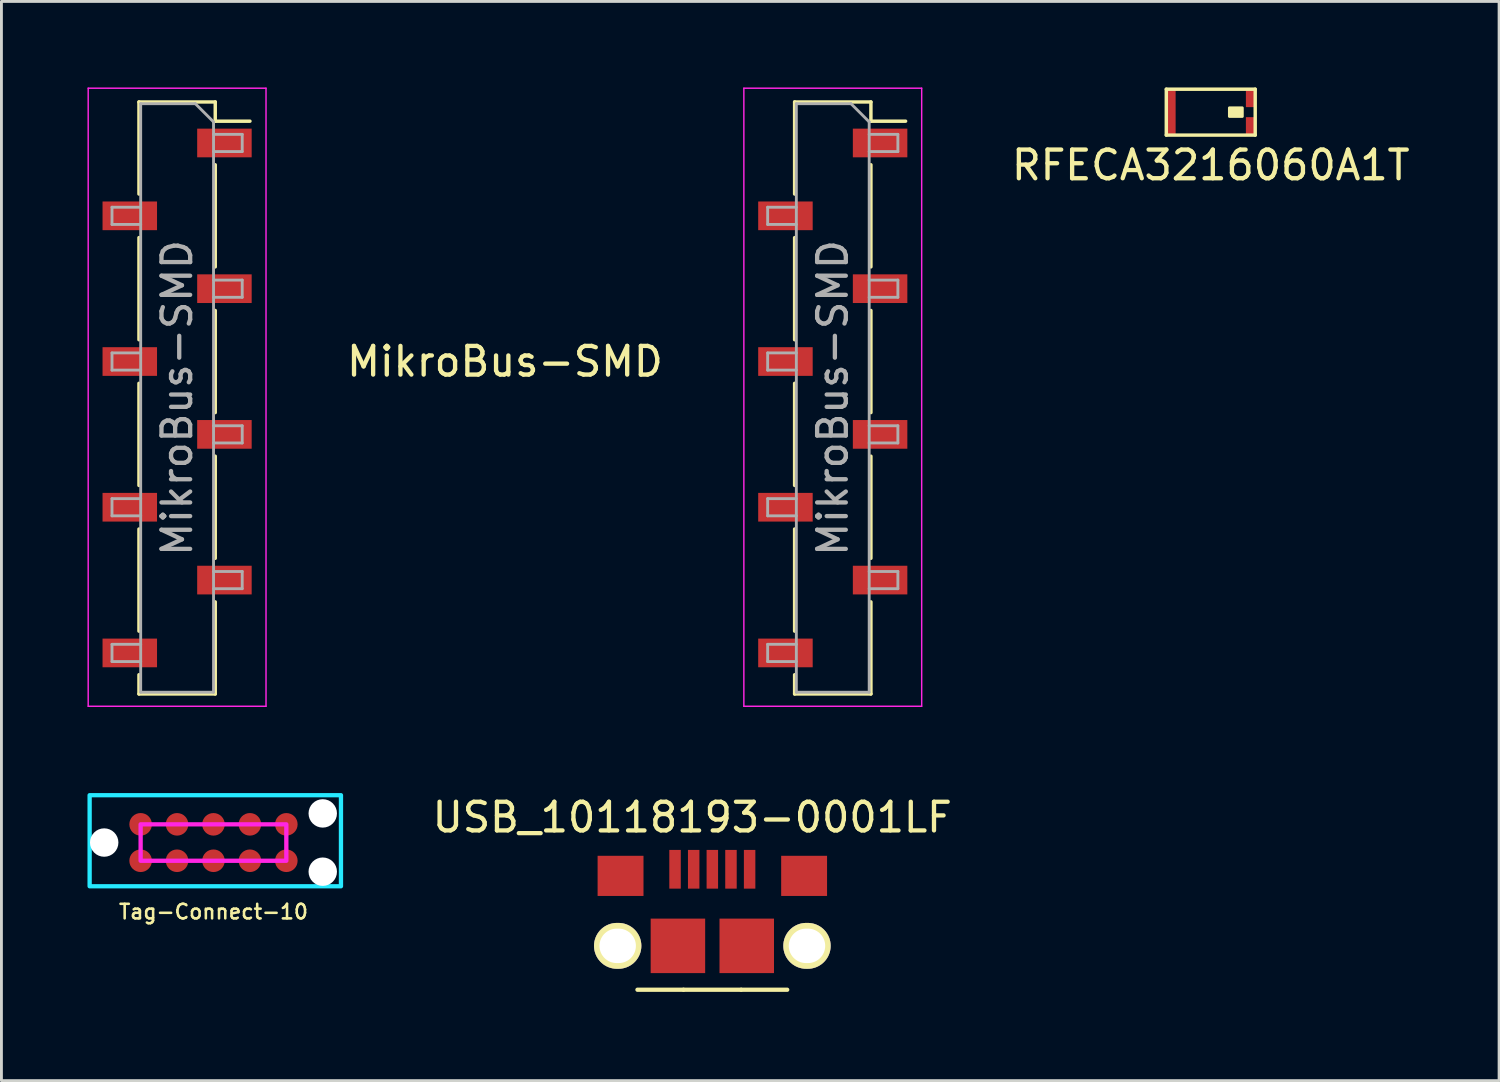
<source format=kicad_pcb>
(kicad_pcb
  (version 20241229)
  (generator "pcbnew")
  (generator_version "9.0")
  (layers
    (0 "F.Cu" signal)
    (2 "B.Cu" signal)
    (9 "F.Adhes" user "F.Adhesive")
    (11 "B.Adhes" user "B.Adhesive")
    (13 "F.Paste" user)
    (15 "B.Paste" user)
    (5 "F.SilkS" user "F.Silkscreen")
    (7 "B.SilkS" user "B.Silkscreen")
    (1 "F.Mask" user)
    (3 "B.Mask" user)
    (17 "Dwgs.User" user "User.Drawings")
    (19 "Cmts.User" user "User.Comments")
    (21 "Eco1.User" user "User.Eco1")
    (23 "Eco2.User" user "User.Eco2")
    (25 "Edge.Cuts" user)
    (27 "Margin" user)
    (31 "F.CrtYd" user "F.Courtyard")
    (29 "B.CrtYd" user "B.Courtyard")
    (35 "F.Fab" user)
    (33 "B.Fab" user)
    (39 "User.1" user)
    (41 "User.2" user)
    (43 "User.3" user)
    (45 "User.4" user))
  (footprint "Tag-Connect-10"
    (layer "F.Cu")
    (at 0.583 26.326)
    (property "Reference" "Tag-Connect-10" (at 3.81 2.413 0) (layer "F.SilkS") (effects (font (size 0.508 0.508) (thickness 0.089))))
    (attr through_hole)
    (fp_poly (pts (xy 8.255 -1.651) (xy 8.255 1.524) (xy -0.508 1.524) (xy -0.508 -1.651)) (stroke (width 0.15) (type solid)) (fill no) (layer "B.CrtYd"))
    (fp_poly (pts (xy 1.27 -0.635) (xy 6.35 -0.635) (xy 6.35 0.635) (xy 1.27 0.635)) (stroke (width 0.15) (type solid)) (fill no) (layer "F.CrtYd"))
    (pad "" np_thru_hole circle (at 0 0) (size 0.991 0.991) (drill 0.991) (layers "*.Cu" "*.Mask"))
    (pad "" np_thru_hole circle (at 7.62 -1.016) (size 0.991 0.991) (drill 0.991) (layers "*.Cu" "*.Mask"))
    (pad "" np_thru_hole circle (at 7.62 1.016) (size 0.991 0.991) (drill 0.991) (layers "*.Cu" "*.Mask"))
    (pad "1" smd circle (at 1.27 0.635) (size 0.787 0.787) (layers "F.Cu" "F.Mask"))
    (pad "2" smd circle (at 2.54 0.635) (size 0.787 0.787) (layers "F.Cu" "F.Mask"))
    (pad "3" smd circle (at 3.81 0.635) (size 0.787 0.787) (layers "F.Cu" "F.Mask"))
    (pad "4" smd circle (at 5.08 0.635) (size 0.787 0.787) (layers "F.Cu" "F.Mask"))
    (pad "5" smd circle (at 6.35 0.635) (size 0.787 0.787) (layers "F.Cu" "F.Mask"))
    (pad "6" smd circle (at 6.35 -0.635) (size 0.787 0.787) (layers "F.Cu" "F.Mask"))
    (pad "7" smd circle (at 5.08 -0.635) (size 0.787 0.787) (layers "F.Cu" "F.Mask"))
    (pad "8" smd circle (at 3.81 -0.635) (size 0.787 0.787) (layers "F.Cu" "F.Mask"))
    (pad "9" smd circle (at 2.54 -0.635) (size 0.787 0.787) (layers "F.Cu" "F.Mask"))
    (pad "10" smd circle (at 1.27 -0.635) (size 0.787 0.787) (layers "F.Cu" "F.Mask")))
  (footprint "RFECA3216060A1T"
    (layer "F.Cu")
    (at 39.164 0.86)
    (property "Reference" "RFECA3216060A1T" (at 0 1.85 0) (layer "F.SilkS") (effects (font (size 1 1) (thickness 0.15))))
    (attr through_hole)
    (fp_line (start -1.55 -0.8) (end -1.55 0.8) (stroke (width 0.12) (type solid)) (layer "F.SilkS"))
    (fp_line (start -1.55 0.8) (end 1.55 0.8) (stroke (width 0.12) (type solid)) (layer "F.SilkS"))
    (fp_line (start 1.55 -0.8) (end -1.55 -0.8) (stroke (width 0.12) (type solid)) (layer "F.SilkS"))
    (fp_line (start 1.55 0.8) (end 1.55 -0.8) (stroke (width 0.12) (type solid)) (layer "F.SilkS"))
    (fp_poly (pts (xy 1.1 0.15) (xy 0.65 0.15) (xy 0.65 -0.15) (xy 1.1 -0.15)) (stroke (width 0.1) (type solid)) (fill yes) (layer "F.SilkS"))
    (pad "1" smd rect (at 1.4 -0.5) (size 0.35 0.65) (layers "F.Cu" "F.Mask" "F.Paste"))
    (pad "2" smd rect (at 1.4 0.5) (size 0.35 0.65) (layers "F.Cu" "F.Mask" "F.Paste"))
    (pad "3" smd rect (at -1.4 0) (size 0.35 1.6) (layers "F.Cu" "F.Mask" "F.Paste")))
  (footprint "USB_10118193-0001LF"
    (layer "F.Cu")
    (at 21.786 31.378)
    (property "Reference" "USB_10118193-0001LF" (at -0.7 -5.93 0) (layer "F.SilkS") (effects (font (size 1 1) (thickness 0.15))))
    (attr through_hole)
    (fp_line (start -1.01 0.08) (end -2.61 0.08) (stroke (width 0.15) (type solid)) (layer "F.SilkS"))
    (fp_line (start 1 0.08) (end -1 0.08) (stroke (width 0.15) (type solid)) (layer "F.SilkS"))
    (fp_line (start 2.61 0.08) (end 1.01 0.08) (stroke (width 0.15) (type solid)) (layer "F.SilkS"))
    (pad "" thru_hole oval (at -3.3 -1.45) (size 1.651 1.6) (drill oval 1.27 1.2) (layers "*.Cu" "*.Mask" "F.SilkS"))
    (pad "" smd rect (at -1.2 -1.45) (size 1.9 1.9) (layers "F.Cu" "F.Mask" "F.Paste"))
    (pad "" smd rect (at 1.2 -1.45) (size 1.9 1.9) (layers "F.Cu" "F.Mask" "F.Paste"))
    (pad "" smd rect (at 3.2 -3.89) (size 1.6 1.4) (layers "F.Cu" "F.Mask" "F.Paste"))
    (pad "" thru_hole oval (at 3.3 -1.45) (size 1.651 1.6) (drill oval 1.27 1.2) (layers "*.Cu" "*.Mask" "F.SilkS"))
    (pad "1" smd rect (at -1.3 -4.12) (size 0.4 1.35) (layers "F.Cu" "F.Mask" "F.Paste"))
    (pad "2" smd rect (at -0.65 -4.12) (size 0.4 1.35) (layers "F.Cu" "F.Mask" "F.Paste"))
    (pad "3" smd rect (at 0 -4.12) (size 0.4 1.35) (layers "F.Cu" "F.Mask" "F.Paste"))
    (pad "4" smd rect (at 0.65 -4.12) (size 0.4 1.35) (layers "F.Cu" "F.Mask" "F.Paste"))
    (pad "5" smd rect (at 1.3 -4.12) (size 0.4 1.35) (layers "F.Cu" "F.Mask" "F.Paste"))
    (pad "6" smd rect (at -3.2 -3.89) (size 1.6 1.4) (layers "F.Cu" "F.Mask" "F.Paste")))
  (footprint "MikroBus-SMD"
    (layer "F.Cu")
    (at 14.555 10.825)
    (property "Reference" "MikroBus-SMD" (at 0 -1.27 0) (layer "F.SilkS") (effects (font (size 1 1) (thickness 0.15))))
    (attr smd)
    (fp_line (start -12.76 -10.32) (end -12.76 -7.11) (stroke (width 0.12) (type solid)) (layer "F.SilkS"))
    (fp_line (start -12.76 -10.32) (end -10.1 -10.32) (stroke (width 0.12) (type solid)) (layer "F.SilkS"))
    (fp_line (start -12.76 -5.59) (end -12.76 -2.03) (stroke (width 0.12) (type solid)) (layer "F.SilkS"))
    (fp_line (start -12.76 -0.51) (end -12.76 3.05) (stroke (width 0.12) (type solid)) (layer "F.SilkS"))
    (fp_line (start -12.76 4.57) (end -12.76 8.13) (stroke (width 0.12) (type solid)) (layer "F.SilkS"))
    (fp_line (start -12.76 9.65) (end -12.76 10.32) (stroke (width 0.12) (type solid)) (layer "F.SilkS"))
    (fp_line (start -12.76 10.32) (end -10.1 10.32) (stroke (width 0.12) (type solid)) (layer "F.SilkS"))
    (fp_line (start -10.1 -10.32) (end -10.1 -9.65) (stroke (width 0.12) (type solid)) (layer "F.SilkS"))
    (fp_line (start -10.1 -9.65) (end -8.89 -9.65) (stroke (width 0.12) (type solid)) (layer "F.SilkS"))
    (fp_line (start -10.1 -8.13) (end -10.1 -4.57) (stroke (width 0.12) (type solid)) (layer "F.SilkS"))
    (fp_line (start -10.1 -3.05) (end -10.1 0.51) (stroke (width 0.12) (type solid)) (layer "F.SilkS"))
    (fp_line (start -10.1 2.03) (end -10.1 5.59) (stroke (width 0.12) (type solid)) (layer "F.SilkS"))
    (fp_line (start -10.1 7.11) (end -10.1 10.32) (stroke (width 0.12) (type solid)) (layer "F.SilkS"))
    (fp_line (start 10.1 -10.32) (end 10.1 -7.11) (stroke (width 0.12) (type solid)) (layer "F.SilkS"))
    (fp_line (start 10.1 -10.32) (end 12.76 -10.32) (stroke (width 0.12) (type solid)) (layer "F.SilkS"))
    (fp_line (start 10.1 -5.59) (end 10.1 -2.03) (stroke (width 0.12) (type solid)) (layer "F.SilkS"))
    (fp_line (start 10.1 -0.51) (end 10.1 3.05) (stroke (width 0.12) (type solid)) (layer "F.SilkS"))
    (fp_line (start 10.1 4.57) (end 10.1 8.13) (stroke (width 0.12) (type solid)) (layer "F.SilkS"))
    (fp_line (start 10.1 9.65) (end 10.1 10.32) (stroke (width 0.12) (type solid)) (layer "F.SilkS"))
    (fp_line (start 10.1 10.32) (end 12.76 10.32) (stroke (width 0.12) (type solid)) (layer "F.SilkS"))
    (fp_line (start 12.76 -10.32) (end 12.76 -9.65) (stroke (width 0.12) (type solid)) (layer "F.SilkS"))
    (fp_line (start 12.76 -9.65) (end 13.97 -9.65) (stroke (width 0.12) (type solid)) (layer "F.SilkS"))
    (fp_line (start 12.76 -8.13) (end 12.76 -4.57) (stroke (width 0.12) (type solid)) (layer "F.SilkS"))
    (fp_line (start 12.76 -3.05) (end 12.76 0.51) (stroke (width 0.12) (type solid)) (layer "F.SilkS"))
    (fp_line (start 12.76 2.03) (end 12.76 5.59) (stroke (width 0.12) (type solid)) (layer "F.SilkS"))
    (fp_line (start 12.76 7.11) (end 12.76 10.32) (stroke (width 0.12) (type solid)) (layer "F.SilkS"))
    (fp_line (start -14.53 -10.8) (end -8.33 -10.8) (stroke (width 0.05) (type solid)) (layer "F.CrtYd"))
    (fp_line (start -14.53 10.75) (end -14.53 -10.8) (stroke (width 0.05) (type solid)) (layer "F.CrtYd"))
    (fp_line (start -8.33 -10.8) (end -8.33 10.75) (stroke (width 0.05) (type solid)) (layer "F.CrtYd"))
    (fp_line (start -8.33 10.75) (end -14.53 10.75) (stroke (width 0.05) (type solid)) (layer "F.CrtYd"))
    (fp_line (start 8.33 -10.8) (end 14.53 -10.8) (stroke (width 0.05) (type solid)) (layer "F.CrtYd"))
    (fp_line (start 8.33 10.75) (end 8.33 -10.8) (stroke (width 0.05) (type solid)) (layer "F.CrtYd"))
    (fp_line (start 14.53 -10.8) (end 14.53 10.75) (stroke (width 0.05) (type solid)) (layer "F.CrtYd"))
    (fp_line (start 14.53 10.75) (end 8.33 10.75) (stroke (width 0.05) (type solid)) (layer "F.CrtYd"))
    (fp_line (start -13.7 -6.65) (end -12.7 -6.65) (stroke (width 0.1) (type solid)) (layer "F.Fab"))
    (fp_line (start -13.7 -6.05) (end -13.7 -6.65) (stroke (width 0.1) (type solid)) (layer "F.Fab"))
    (fp_line (start -13.7 -1.57) (end -12.7 -1.57) (stroke (width 0.1) (type solid)) (layer "F.Fab"))
    (fp_line (start -13.7 -0.97) (end -13.7 -1.57) (stroke (width 0.1) (type solid)) (layer "F.Fab"))
    (fp_line (start -13.7 3.51) (end -12.7 3.51) (stroke (width 0.1) (type solid)) (layer "F.Fab"))
    (fp_line (start -13.7 4.11) (end -13.7 3.51) (stroke (width 0.1) (type solid)) (layer "F.Fab"))
    (fp_line (start -13.7 8.59) (end -12.7 8.59) (stroke (width 0.1) (type solid)) (layer "F.Fab"))
    (fp_line (start -13.7 9.19) (end -13.7 8.59) (stroke (width 0.1) (type solid)) (layer "F.Fab"))
    (fp_line (start -12.7 -10.26) (end -10.795 -10.26) (stroke (width 0.1) (type solid)) (layer "F.Fab"))
    (fp_line (start -12.7 -6.05) (end -13.7 -6.05) (stroke (width 0.1) (type solid)) (layer "F.Fab"))
    (fp_line (start -12.7 -0.97) (end -13.7 -0.97) (stroke (width 0.1) (type solid)) (layer "F.Fab"))
    (fp_line (start -12.7 4.11) (end -13.7 4.11) (stroke (width 0.1) (type solid)) (layer "F.Fab"))
    (fp_line (start -12.7 9.19) (end -13.7 9.19) (stroke (width 0.1) (type solid)) (layer "F.Fab"))
    (fp_line (start -12.7 10.26) (end -12.7 -10.26) (stroke (width 0.1) (type solid)) (layer "F.Fab"))
    (fp_line (start -10.795 -10.26) (end -10.16 -9.625) (stroke (width 0.1) (type solid)) (layer "F.Fab"))
    (fp_line (start -10.16 -9.625) (end -10.16 10.26) (stroke (width 0.1) (type solid)) (layer "F.Fab"))
    (fp_line (start -10.16 -9.19) (end -9.16 -9.19) (stroke (width 0.1) (type solid)) (layer "F.Fab"))
    (fp_line (start -10.16 -4.11) (end -9.16 -4.11) (stroke (width 0.1) (type solid)) (layer "F.Fab"))
    (fp_line (start -10.16 0.97) (end -9.16 0.97) (stroke (width 0.1) (type solid)) (layer "F.Fab"))
    (fp_line (start -10.16 6.05) (end -9.16 6.05) (stroke (width 0.1) (type solid)) (layer "F.Fab"))
    (fp_line (start -10.16 10.26) (end -12.7 10.26) (stroke (width 0.1) (type solid)) (layer "F.Fab"))
    (fp_line (start -9.16 -9.19) (end -9.16 -8.59) (stroke (width 0.1) (type solid)) (layer "F.Fab"))
    (fp_line (start -9.16 -8.59) (end -10.16 -8.59) (stroke (width 0.1) (type solid)) (layer "F.Fab"))
    (fp_line (start -9.16 -4.11) (end -9.16 -3.51) (stroke (width 0.1) (type solid)) (layer "F.Fab"))
    (fp_line (start -9.16 -3.51) (end -10.16 -3.51) (stroke (width 0.1) (type solid)) (layer "F.Fab"))
    (fp_line (start -9.16 0.97) (end -9.16 1.57) (stroke (width 0.1) (type solid)) (layer "F.Fab"))
    (fp_line (start -9.16 1.57) (end -10.16 1.57) (stroke (width 0.1) (type solid)) (layer "F.Fab"))
    (fp_line (start -9.16 6.05) (end -9.16 6.65) (stroke (width 0.1) (type solid)) (layer "F.Fab"))
    (fp_line (start -9.16 6.65) (end -10.16 6.65) (stroke (width 0.1) (type solid)) (layer "F.Fab"))
    (fp_line (start 9.16 -6.65) (end 10.16 -6.65) (stroke (width 0.1) (type solid)) (layer "F.Fab"))
    (fp_line (start 9.16 -6.05) (end 9.16 -6.65) (stroke (width 0.1) (type solid)) (layer "F.Fab"))
    (fp_line (start 9.16 -1.57) (end 10.16 -1.57) (stroke (width 0.1) (type solid)) (layer "F.Fab"))
    (fp_line (start 9.16 -0.97) (end 9.16 -1.57) (stroke (width 0.1) (type solid)) (layer "F.Fab"))
    (fp_line (start 9.16 3.51) (end 10.16 3.51) (stroke (width 0.1) (type solid)) (layer "F.Fab"))
    (fp_line (start 9.16 4.11) (end 9.16 3.51) (stroke (width 0.1) (type solid)) (layer "F.Fab"))
    (fp_line (start 9.16 8.59) (end 10.16 8.59) (stroke (width 0.1) (type solid)) (layer "F.Fab"))
    (fp_line (start 9.16 9.19) (end 9.16 8.59) (stroke (width 0.1) (type solid)) (layer "F.Fab"))
    (fp_line (start 10.16 -10.26) (end 12.065 -10.26) (stroke (width 0.1) (type solid)) (layer "F.Fab"))
    (fp_line (start 10.16 -6.05) (end 9.16 -6.05) (stroke (width 0.1) (type solid)) (layer "F.Fab"))
    (fp_line (start 10.16 -0.97) (end 9.16 -0.97) (stroke (width 0.1) (type solid)) (layer "F.Fab"))
    (fp_line (start 10.16 4.11) (end 9.16 4.11) (stroke (width 0.1) (type solid)) (layer "F.Fab"))
    (fp_line (start 10.16 9.19) (end 9.16 9.19) (stroke (width 0.1) (type solid)) (layer "F.Fab"))
    (fp_line (start 10.16 10.26) (end 10.16 -10.26) (stroke (width 0.1) (type solid)) (layer "F.Fab"))
    (fp_line (start 12.065 -10.26) (end 12.7 -9.625) (stroke (width 0.1) (type solid)) (layer "F.Fab"))
    (fp_line (start 12.7 -9.625) (end 12.7 10.26) (stroke (width 0.1) (type solid)) (layer "F.Fab"))
    (fp_line (start 12.7 -9.19) (end 13.7 -9.19) (stroke (width 0.1) (type solid)) (layer "F.Fab"))
    (fp_line (start 12.7 -4.11) (end 13.7 -4.11) (stroke (width 0.1) (type solid)) (layer "F.Fab"))
    (fp_line (start 12.7 0.97) (end 13.7 0.97) (stroke (width 0.1) (type solid)) (layer "F.Fab"))
    (fp_line (start 12.7 6.05) (end 13.7 6.05) (stroke (width 0.1) (type solid)) (layer "F.Fab"))
    (fp_line (start 12.7 10.26) (end 10.16 10.26) (stroke (width 0.1) (type solid)) (layer "F.Fab"))
    (fp_line (start 13.7 -9.19) (end 13.7 -8.59) (stroke (width 0.1) (type solid)) (layer "F.Fab"))
    (fp_line (start 13.7 -8.59) (end 12.7 -8.59) (stroke (width 0.1) (type solid)) (layer "F.Fab"))
    (fp_line (start 13.7 -4.11) (end 13.7 -3.51) (stroke (width 0.1) (type solid)) (layer "F.Fab"))
    (fp_line (start 13.7 -3.51) (end 12.7 -3.51) (stroke (width 0.1) (type solid)) (layer "F.Fab"))
    (fp_line (start 13.7 0.97) (end 13.7 1.57) (stroke (width 0.1) (type solid)) (layer "F.Fab"))
    (fp_line (start 13.7 1.57) (end 12.7 1.57) (stroke (width 0.1) (type solid)) (layer "F.Fab"))
    (fp_line (start 13.7 6.05) (end 13.7 6.65) (stroke (width 0.1) (type solid)) (layer "F.Fab"))
    (fp_line (start 13.7 6.65) (end 12.7 6.65) (stroke (width 0.1) (type solid)) (layer "F.Fab"))
    (fp_text user "${REFERENCE}" (at -11.43 0 90) (layer "F.Fab") (effects (font (size 1 1) (thickness 0.15))))
    (fp_text user "${REFERENCE}" (at 11.43 0 90) (layer "F.Fab") (effects (font (size 1 1) (thickness 0.15))))
    (pad "1" smd rect (at -9.78 -8.89) (size 1.9 1) (layers "F.Cu" "F.Mask" "F.Paste"))
    (pad "2" smd rect (at -13.08 -6.35) (size 1.9 1) (layers "F.Cu" "F.Mask" "F.Paste"))
    (pad "3" smd rect (at -9.78 -3.81) (size 1.9 1) (layers "F.Cu" "F.Mask" "F.Paste"))
    (pad "4" smd rect (at -13.08 -1.27) (size 1.9 1) (layers "F.Cu" "F.Mask" "F.Paste"))
    (pad "5" smd rect (at -9.78 1.27) (size 1.9 1) (layers "F.Cu" "F.Mask" "F.Paste"))
    (pad "6" smd rect (at -13.08 3.81) (size 1.9 1) (layers "F.Cu" "F.Mask" "F.Paste"))
    (pad "7" smd rect (at -9.78 6.35) (size 1.9 1) (layers "F.Cu" "F.Mask" "F.Paste"))
    (pad "8" smd rect (at -13.08 8.89) (size 1.9 1) (layers "F.Cu" "F.Mask" "F.Paste"))
    (pad "9" smd rect (at 9.78 8.89) (size 1.9 1) (layers "F.Cu" "F.Mask" "F.Paste"))
    (pad "10" smd rect (at 13.08 6.35) (size 1.9 1) (layers "F.Cu" "F.Mask" "F.Paste"))
    (pad "11" smd rect (at 9.78 3.81) (size 1.9 1) (layers "F.Cu" "F.Mask" "F.Paste"))
    (pad "12" smd rect (at 13.08 1.27) (size 1.9 1) (layers "F.Cu" "F.Mask" "F.Paste"))
    (pad "13" smd rect (at 9.78 -1.27) (size 1.9 1) (layers "F.Cu" "F.Mask" "F.Paste"))
    (pad "14" smd rect (at 13.08 -3.81) (size 1.9 1) (layers "F.Cu" "F.Mask" "F.Paste"))
    (pad "15" smd rect (at 9.78 -6.35) (size 1.9 1) (layers "F.Cu" "F.Mask" "F.Paste"))
    (pad "16" smd rect (at 13.08 -8.89) (size 1.9 1) (layers "F.Cu" "F.Mask" "F.Paste")))
  (gr_rect
    (start -3 -3)
    (end 49.217 34.628)
    (stroke (width 0.1) (type default))
    (fill no)
    (layer "Edge.Cuts")))
</source>
